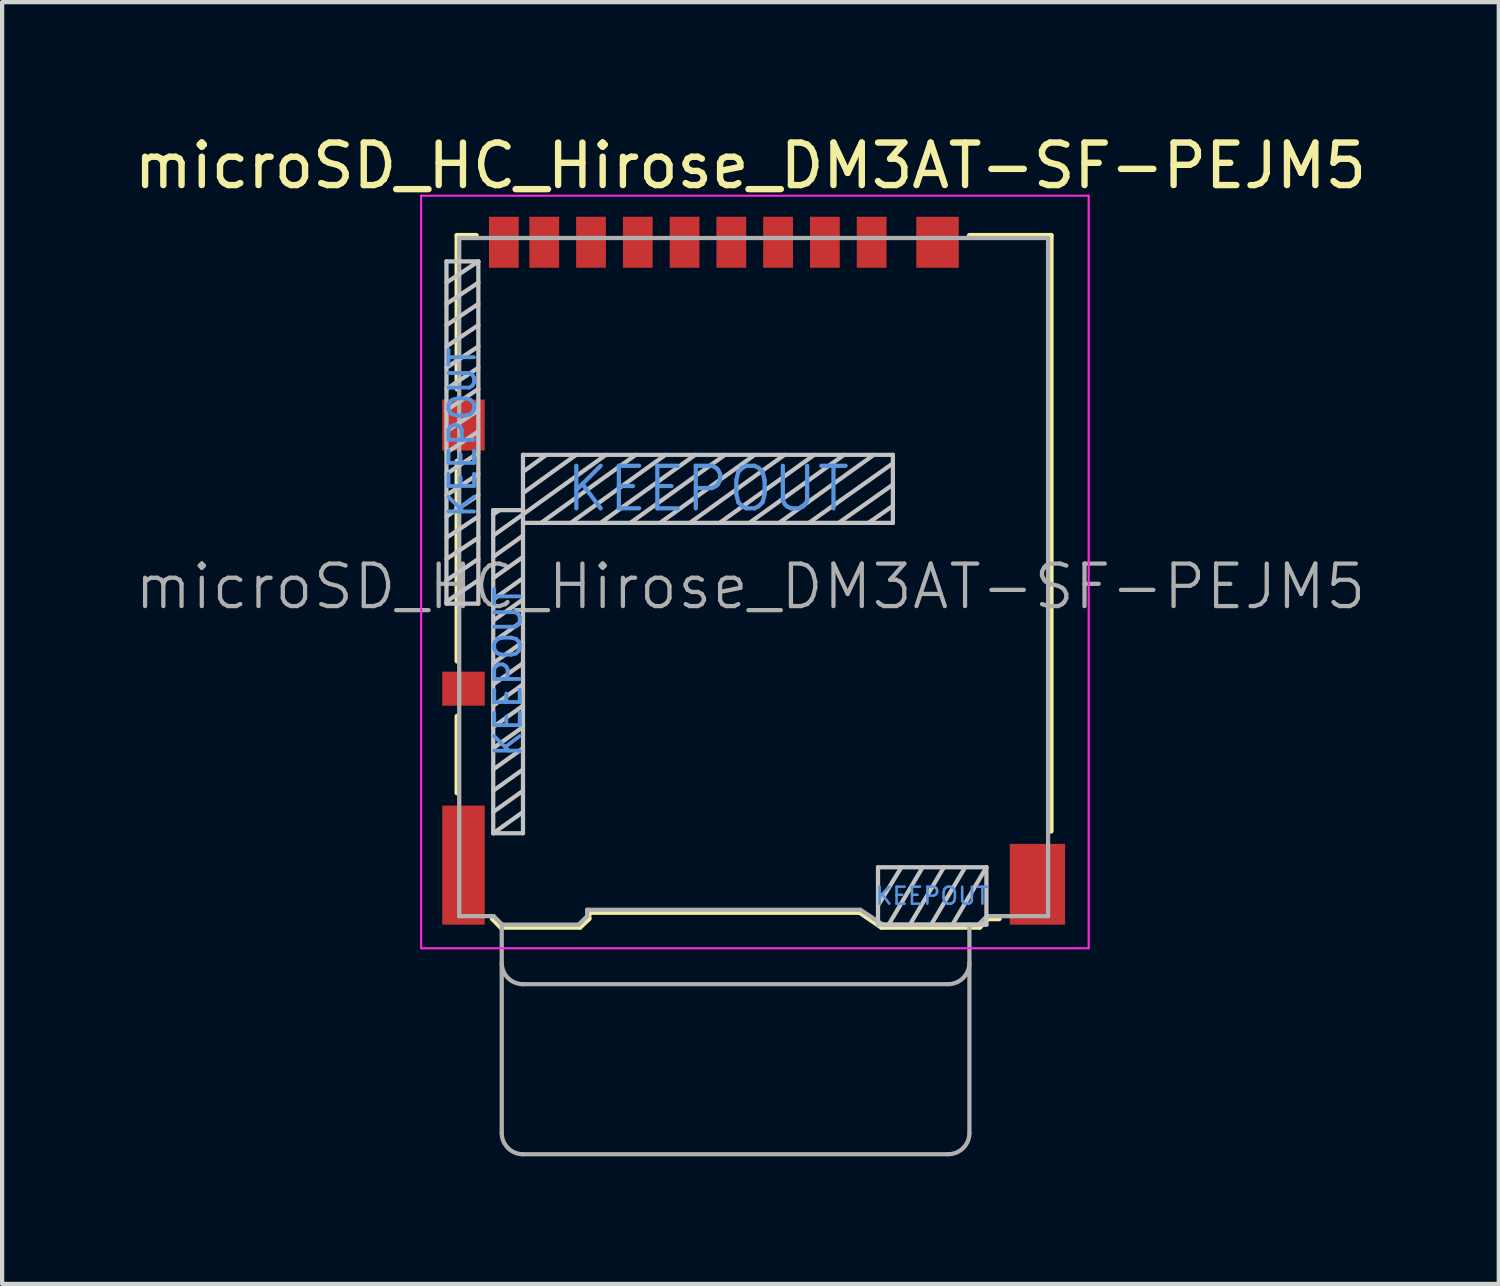
<source format=kicad_pcb>
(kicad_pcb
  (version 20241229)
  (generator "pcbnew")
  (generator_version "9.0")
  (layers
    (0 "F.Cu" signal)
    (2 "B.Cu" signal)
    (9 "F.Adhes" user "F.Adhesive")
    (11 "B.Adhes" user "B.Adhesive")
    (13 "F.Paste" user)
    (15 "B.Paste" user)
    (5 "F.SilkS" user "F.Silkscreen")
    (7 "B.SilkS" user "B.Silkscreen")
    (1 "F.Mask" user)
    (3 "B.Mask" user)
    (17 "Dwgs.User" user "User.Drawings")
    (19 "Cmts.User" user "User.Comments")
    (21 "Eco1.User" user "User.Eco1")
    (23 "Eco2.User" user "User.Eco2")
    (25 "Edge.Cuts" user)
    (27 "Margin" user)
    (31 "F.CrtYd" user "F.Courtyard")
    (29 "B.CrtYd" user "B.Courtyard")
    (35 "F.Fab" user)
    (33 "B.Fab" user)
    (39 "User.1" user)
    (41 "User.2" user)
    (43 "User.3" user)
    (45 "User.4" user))
  (footprint "microSD_HC_Hirose_DM3AT-SF-PEJM5"
    (layer "F.Cu")
    (at 14.676 10.373)
    (property "Reference" "microSD_HC_Hirose_DM3AT-SF-PEJM5" (at -0.075 -9.525 0) (layer "F.SilkS") (effects (font (size 1 1) (thickness 0.15))))
    (attr smd)
    (fp_line (start -6.975 -7.885) (end -6.975 -4.275) (stroke (width 0.12) (type solid)) (layer "F.SilkS"))
    (fp_line (start -6.975 -2.575) (end -6.975 2.125) (stroke (width 0.12) (type solid)) (layer "F.SilkS"))
    (fp_line (start -6.975 3.425) (end -6.975 5.225) (stroke (width 0.12) (type solid)) (layer "F.SilkS"))
    (fp_line (start -6.525 -7.885) (end -6.975 -7.885) (stroke (width 0.12) (type solid)) (layer "F.SilkS"))
    (fp_line (start -5.945 8.385) (end -6.145 8.185) (stroke (width 0.12) (type solid)) (layer "F.SilkS"))
    (fp_line (start -5.945 8.385) (end -4.085 8.385) (stroke (width 0.12) (type solid)) (layer "F.SilkS"))
    (fp_line (start -4.085 8.385) (end -3.875 8.185) (stroke (width 0.12) (type solid)) (layer "F.SilkS"))
    (fp_line (start -3.875 8.035) (end -3.875 8.185) (stroke (width 0.12) (type solid)) (layer "F.SilkS"))
    (fp_line (start -3.875 8.035) (end 2.495 8.035) (stroke (width 0.12) (type solid)) (layer "F.SilkS"))
    (fp_line (start 3.005 8.385) (end 2.495 8.035) (stroke (width 0.12) (type solid)) (layer "F.SilkS"))
    (fp_line (start 5.075 -7.885) (end 6.995 -7.885) (stroke (width 0.12) (type solid)) (layer "F.SilkS"))
    (fp_line (start 5.315 8.385) (end 3.005 8.385) (stroke (width 0.12) (type solid)) (layer "F.SilkS"))
    (fp_line (start 5.315 8.385) (end 5.515 8.185) (stroke (width 0.12) (type solid)) (layer "F.SilkS"))
    (fp_line (start 5.515 8.185) (end 5.775 8.185) (stroke (width 0.12) (type solid)) (layer "F.SilkS"))
    (fp_line (start 6.995 -7.885) (end 6.995 6.125) (stroke (width 0.12) (type solid)) (layer "F.SilkS"))
    (fp_line (start -7.225 -7.275) (end -6.475 -7.275) (stroke (width 0.1) (type solid)) (layer "Dwgs.User"))
    (fp_line (start -7.225 0.775) (end -7.225 -7.275) (stroke (width 0.1) (type solid)) (layer "Dwgs.User"))
    (fp_line (start -6.475 -7.275) (end -7.225 -6.775) (stroke (width 0.1) (type solid)) (layer "Dwgs.User"))
    (fp_line (start -6.475 -7.275) (end -6.475 0.775) (stroke (width 0.1) (type solid)) (layer "Dwgs.User"))
    (fp_line (start -6.475 -6.775) (end -7.225 -6.275) (stroke (width 0.1) (type solid)) (layer "Dwgs.User"))
    (fp_line (start -6.475 -6.275) (end -7.225 -5.775) (stroke (width 0.1) (type solid)) (layer "Dwgs.User"))
    (fp_line (start -6.475 -5.775) (end -7.225 -5.275) (stroke (width 0.1) (type solid)) (layer "Dwgs.User"))
    (fp_line (start -6.475 -5.275) (end -7.225 -4.775) (stroke (width 0.1) (type solid)) (layer "Dwgs.User"))
    (fp_line (start -6.475 -4.775) (end -7.225 -4.275) (stroke (width 0.1) (type solid)) (layer "Dwgs.User"))
    (fp_line (start -6.475 -4.275) (end -7.225 -3.775) (stroke (width 0.1) (type solid)) (layer "Dwgs.User"))
    (fp_line (start -6.475 -3.775) (end -7.225 -3.275) (stroke (width 0.1) (type solid)) (layer "Dwgs.User"))
    (fp_line (start -6.475 -3.275) (end -7.225 -2.775) (stroke (width 0.1) (type solid)) (layer "Dwgs.User"))
    (fp_line (start -6.475 -2.775) (end -7.225 -2.275) (stroke (width 0.1) (type solid)) (layer "Dwgs.User"))
    (fp_line (start -6.475 -2.275) (end -7.225 -1.775) (stroke (width 0.1) (type solid)) (layer "Dwgs.User"))
    (fp_line (start -6.475 -1.775) (end -7.225 -1.275) (stroke (width 0.1) (type solid)) (layer "Dwgs.User"))
    (fp_line (start -6.475 -1.275) (end -7.225 -0.775) (stroke (width 0.1) (type solid)) (layer "Dwgs.User"))
    (fp_line (start -6.475 -0.775) (end -7.225 -0.275) (stroke (width 0.1) (type solid)) (layer "Dwgs.User"))
    (fp_line (start -6.475 -0.275) (end -7.225 0.225) (stroke (width 0.1) (type solid)) (layer "Dwgs.User"))
    (fp_line (start -6.475 0.225) (end -7.225 0.725) (stroke (width 0.1) (type solid)) (layer "Dwgs.User"))
    (fp_line (start -6.475 0.775) (end -7.225 0.775) (stroke (width 0.1) (type solid)) (layer "Dwgs.User"))
    (fp_line (start -6.125 -1.425) (end -5.425 -1.425) (stroke (width 0.1) (type solid)) (layer "Dwgs.User"))
    (fp_line (start -6.125 -1.325) (end -5.975 -1.425) (stroke (width 0.1) (type solid)) (layer "Dwgs.User"))
    (fp_line (start -6.125 -0.825) (end -5.425 -1.325) (stroke (width 0.1) (type solid)) (layer "Dwgs.User"))
    (fp_line (start -6.125 -0.325) (end -5.425 -0.825) (stroke (width 0.1) (type solid)) (layer "Dwgs.User"))
    (fp_line (start -6.125 0.175) (end -5.425 -0.325) (stroke (width 0.1) (type solid)) (layer "Dwgs.User"))
    (fp_line (start -6.125 0.675) (end -5.425 0.175) (stroke (width 0.1) (type solid)) (layer "Dwgs.User"))
    (fp_line (start -6.125 1.175) (end -5.425 0.675) (stroke (width 0.1) (type solid)) (layer "Dwgs.User"))
    (fp_line (start -6.125 1.675) (end -5.425 1.175) (stroke (width 0.1) (type solid)) (layer "Dwgs.User"))
    (fp_line (start -6.125 2.175) (end -5.425 1.675) (stroke (width 0.1) (type solid)) (layer "Dwgs.User"))
    (fp_line (start -6.125 2.675) (end -5.425 2.175) (stroke (width 0.1) (type solid)) (layer "Dwgs.User"))
    (fp_line (start -6.125 3.175) (end -5.425 2.675) (stroke (width 0.1) (type solid)) (layer "Dwgs.User"))
    (fp_line (start -6.125 3.675) (end -5.425 3.175) (stroke (width 0.1) (type solid)) (layer "Dwgs.User"))
    (fp_line (start -6.125 4.175) (end -5.425 3.675) (stroke (width 0.1) (type solid)) (layer "Dwgs.User"))
    (fp_line (start -6.125 4.675) (end -5.425 4.175) (stroke (width 0.1) (type solid)) (layer "Dwgs.User"))
    (fp_line (start -6.125 5.175) (end -5.425 4.675) (stroke (width 0.1) (type solid)) (layer "Dwgs.User"))
    (fp_line (start -6.125 5.675) (end -5.425 5.175) (stroke (width 0.1) (type solid)) (layer "Dwgs.User"))
    (fp_line (start -6.125 6.175) (end -6.125 -1.425) (stroke (width 0.1) (type solid)) (layer "Dwgs.User"))
    (fp_line (start -6.125 6.175) (end -5.425 5.675) (stroke (width 0.1) (type solid)) (layer "Dwgs.User"))
    (fp_line (start -5.425 -2.725) (end -5.425 6.175) (stroke (width 0.1) (type solid)) (layer "Dwgs.User"))
    (fp_line (start -5.425 -2.725) (end 3.275 -2.725) (stroke (width 0.1) (type solid)) (layer "Dwgs.User"))
    (fp_line (start -5.425 -1.325) (end -3.475 -2.725) (stroke (width 0.1) (type solid)) (layer "Dwgs.User"))
    (fp_line (start -5.425 6.175) (end -6.125 6.175) (stroke (width 0.1) (type solid)) (layer "Dwgs.User"))
    (fp_line (start -4.875 -2.725) (end -5.425 -2.325) (stroke (width 0.1) (type solid)) (layer "Dwgs.User"))
    (fp_line (start -4.175 -2.725) (end -5.425 -1.825) (stroke (width 0.1) (type solid)) (layer "Dwgs.User"))
    (fp_line (start -2.775 -2.725) (end -5 -1.125) (stroke (width 0.1) (type solid)) (layer "Dwgs.User"))
    (fp_line (start -2.075 -2.725) (end -4.3 -1.125) (stroke (width 0.1) (type solid)) (layer "Dwgs.User"))
    (fp_line (start -1.375 -2.725) (end -3.6 -1.125) (stroke (width 0.1) (type solid)) (layer "Dwgs.User"))
    (fp_line (start -0.675 -2.725) (end -2.9 -1.125) (stroke (width 0.1) (type solid)) (layer "Dwgs.User"))
    (fp_line (start 0.025 -2.725) (end -2.2 -1.125) (stroke (width 0.1) (type solid)) (layer "Dwgs.User"))
    (fp_line (start 0.725 -2.725) (end -1.5 -1.125) (stroke (width 0.1) (type solid)) (layer "Dwgs.User"))
    (fp_line (start 1.425 -2.725) (end -0.8 -1.125) (stroke (width 0.1) (type solid)) (layer "Dwgs.User"))
    (fp_line (start 2.125 -2.725) (end -0.1 -1.125) (stroke (width 0.1) (type solid)) (layer "Dwgs.User"))
    (fp_line (start 2.825 -2.725) (end 0.6 -1.125) (stroke (width 0.1) (type solid)) (layer "Dwgs.User"))
    (fp_line (start 2.925 6.975) (end 5.475 6.975) (stroke (width 0.1) (type solid)) (layer "Dwgs.User"))
    (fp_line (start 2.925 8.325) (end 2.925 6.975) (stroke (width 0.1) (type solid)) (layer "Dwgs.User"))
    (fp_line (start 3.275 -2.725) (end 3.275 -1.125) (stroke (width 0.1) (type solid)) (layer "Dwgs.User"))
    (fp_line (start 3.275 -2.525) (end 1.3 -1.125) (stroke (width 0.1) (type solid)) (layer "Dwgs.User"))
    (fp_line (start 3.275 -2.025) (end 2 -1.125) (stroke (width 0.1) (type solid)) (layer "Dwgs.User"))
    (fp_line (start 3.275 -1.525) (end 2.7 -1.125) (stroke (width 0.1) (type solid)) (layer "Dwgs.User"))
    (fp_line (start 3.275 -1.125) (end -5.425 -1.125) (stroke (width 0.1) (type solid)) (layer "Dwgs.User"))
    (fp_line (start 3.475 6.975) (end 2.925 7.875) (stroke (width 0.1) (type solid)) (layer "Dwgs.User"))
    (fp_line (start 3.975 6.975) (end 3.175 8.325) (stroke (width 0.1) (type solid)) (layer "Dwgs.User"))
    (fp_line (start 4.475 6.975) (end 3.675 8.325) (stroke (width 0.1) (type solid)) (layer "Dwgs.User"))
    (fp_line (start 4.975 6.975) (end 4.175 8.325) (stroke (width 0.1) (type solid)) (layer "Dwgs.User"))
    (fp_line (start 5.475 6.975) (end 4.675 8.325) (stroke (width 0.1) (type solid)) (layer "Dwgs.User"))
    (fp_line (start 5.475 6.975) (end 5.475 8.325) (stroke (width 0.1) (type solid)) (layer "Dwgs.User"))
    (fp_line (start 5.475 8.325) (end 2.925 8.325) (stroke (width 0.1) (type solid)) (layer "Dwgs.User"))
    (fp_line (start -7.82 -8.82) (end 7.88 -8.82) (stroke (width 0.05) (type solid)) (layer "F.CrtYd"))
    (fp_line (start -7.82 8.88) (end -7.82 -8.82) (stroke (width 0.05) (type solid)) (layer "F.CrtYd"))
    (fp_line (start 7.88 -8.82) (end 7.88 8.88) (stroke (width 0.05) (type solid)) (layer "F.CrtYd"))
    (fp_line (start 7.88 8.88) (end -7.82 8.88) (stroke (width 0.05) (type solid)) (layer "F.CrtYd"))
    (fp_line (start -6.925 8.125) (end -6.925 -7.825) (stroke (width 0.1) (type solid)) (layer "F.Fab"))
    (fp_line (start -6.115 8.125) (end -6.925 8.125) (stroke (width 0.1) (type solid)) (layer "F.Fab"))
    (fp_line (start -5.925 8.325) (end -5.925 13.225) (stroke (width 0.1) (type solid)) (layer "F.Fab"))
    (fp_line (start -5.915 8.325) (end -6.115 8.125) (stroke (width 0.1) (type solid)) (layer "F.Fab"))
    (fp_line (start -5.425 9.725) (end 4.575 9.725) (stroke (width 0.1) (type solid)) (layer "F.Fab"))
    (fp_line (start -5.425 13.725) (end 4.575 13.725) (stroke (width 0.1) (type solid)) (layer "F.Fab"))
    (fp_line (start -4.115 8.325) (end -5.915 8.325) (stroke (width 0.1) (type solid)) (layer "F.Fab"))
    (fp_line (start -3.915 8.125) (end -4.115 8.325) (stroke (width 0.1) (type solid)) (layer "F.Fab"))
    (fp_line (start -3.915 8.125) (end -3.915 7.975) (stroke (width 0.1) (type solid)) (layer "F.Fab"))
    (fp_line (start 2.51 7.975) (end -3.915 7.975) (stroke (width 0.1) (type solid)) (layer "F.Fab"))
    (fp_line (start 3.035 8.325) (end 2.51 7.975) (stroke (width 0.1) (type solid)) (layer "F.Fab"))
    (fp_line (start 5.075 13.225) (end 5.075 8.325) (stroke (width 0.1) (type solid)) (layer "F.Fab"))
    (fp_line (start 5.285 8.325) (end 3.035 8.325) (stroke (width 0.1) (type solid)) (layer "F.Fab"))
    (fp_line (start 5.285 8.325) (end 5.485 8.125) (stroke (width 0.1) (type solid)) (layer "F.Fab"))
    (fp_line (start 5.485 8.125) (end 6.925 8.125) (stroke (width 0.1) (type solid)) (layer "F.Fab"))
    (fp_line (start 6.925 -7.825) (end -6.925 -7.825) (stroke (width 0.1) (type solid)) (layer "F.Fab"))
    (fp_line (start 6.925 8.125) (end 6.925 -7.825) (stroke (width 0.1) (type solid)) (layer "F.Fab"))
    (fp_arc (start -5.425 9.725) (mid -5.778553 9.578553) (end -5.925 9.225) (stroke (width 0.1) (type solid)) (layer "F.Fab"))
    (fp_arc (start -5.425 13.725) (mid -5.778553 13.578553) (end -5.925 13.225) (stroke (width 0.1) (type solid)) (layer "F.Fab"))
    (fp_arc (start 5.075 9.225) (mid 4.928553 9.578553) (end 4.575 9.725) (stroke (width 0.1) (type solid)) (layer "F.Fab"))
    (fp_arc (start 5.075 13.225) (mid 4.928553 13.578553) (end 4.575 13.725) (stroke (width 0.1) (type solid)) (layer "F.Fab"))
    (fp_text user "KEEPOUT" (at 4.2 7.65 0) (layer "Cmts.User") (effects (font (size 0.4 0.4) (thickness 0.06))))
    (fp_text user "KEEPOUT" (at -5.775 2.375 90) (layer "Cmts.User") (effects (font (size 0.6 0.6) (thickness 0.09))))
    (fp_text user "KEEPOUT" (at -6.85 -3.25 90) (layer "Cmts.User") (effects (font (size 0.6 0.6) (thickness 0.09))))
    (fp_text user "KEEPOUT" (at -1.075 -1.925 0) (layer "Cmts.User") (effects (font (size 1 1) (thickness 0.1))))
    (fp_text user "${REFERENCE}" (at -0.075 0.375 0) (layer "F.Fab") (effects (font (size 1 1) (thickness 0.1))))
    (pad "1" smd rect (at 2.775 -7.725) (size 0.7 1.2) (layers "F.Cu" "F.Mask" "F.Paste"))
    (pad "2" smd rect (at 1.675 -7.725) (size 0.7 1.2) (layers "F.Cu" "F.Mask" "F.Paste"))
    (pad "3" smd rect (at 0.575 -7.725) (size 0.7 1.2) (layers "F.Cu" "F.Mask" "F.Paste"))
    (pad "4" smd rect (at -0.525 -7.725) (size 0.7 1.2) (layers "F.Cu" "F.Mask" "F.Paste"))
    (pad "5" smd rect (at -1.625 -7.725) (size 0.7 1.2) (layers "F.Cu" "F.Mask" "F.Paste"))
    (pad "6" smd rect (at -2.725 -7.725) (size 0.7 1.2) (layers "F.Cu" "F.Mask" "F.Paste"))
    (pad "7" smd rect (at -3.825 -7.725) (size 0.7 1.2) (layers "F.Cu" "F.Mask" "F.Paste"))
    (pad "8" smd rect (at -4.925 -7.725) (size 0.7 1.2) (layers "F.Cu" "F.Mask" "F.Paste"))
    (pad "9" smd rect (at -5.875 -7.725) (size 0.7 1.2) (layers "F.Cu" "F.Mask" "F.Paste"))
    (pad "10" smd rect (at -6.825 2.775) (size 1 0.8) (layers "F.Cu" "F.Mask" "F.Paste"))
    (pad "11" smd rect (at -6.825 -3.425) (size 1 1.2) (layers "F.Cu" "F.Mask" "F.Paste"))
    (pad "11" smd rect (at -6.825 6.925) (size 1 2.8) (layers "F.Cu" "F.Mask" "F.Paste"))
    (pad "11" smd rect (at 4.325 -7.725) (size 1 1.2) (layers "F.Cu" "F.Mask" "F.Paste"))
    (pad "11" smd rect (at 6.675 7.375) (size 1.3 1.9) (layers "F.Cu" "F.Mask" "F.Paste")))
  (gr_rect
    (start -3 -3)
    (end 32.202 27.148)
    (stroke (width 0.1) (type default))
    (fill no)
    (layer "Edge.Cuts")))
</source>
